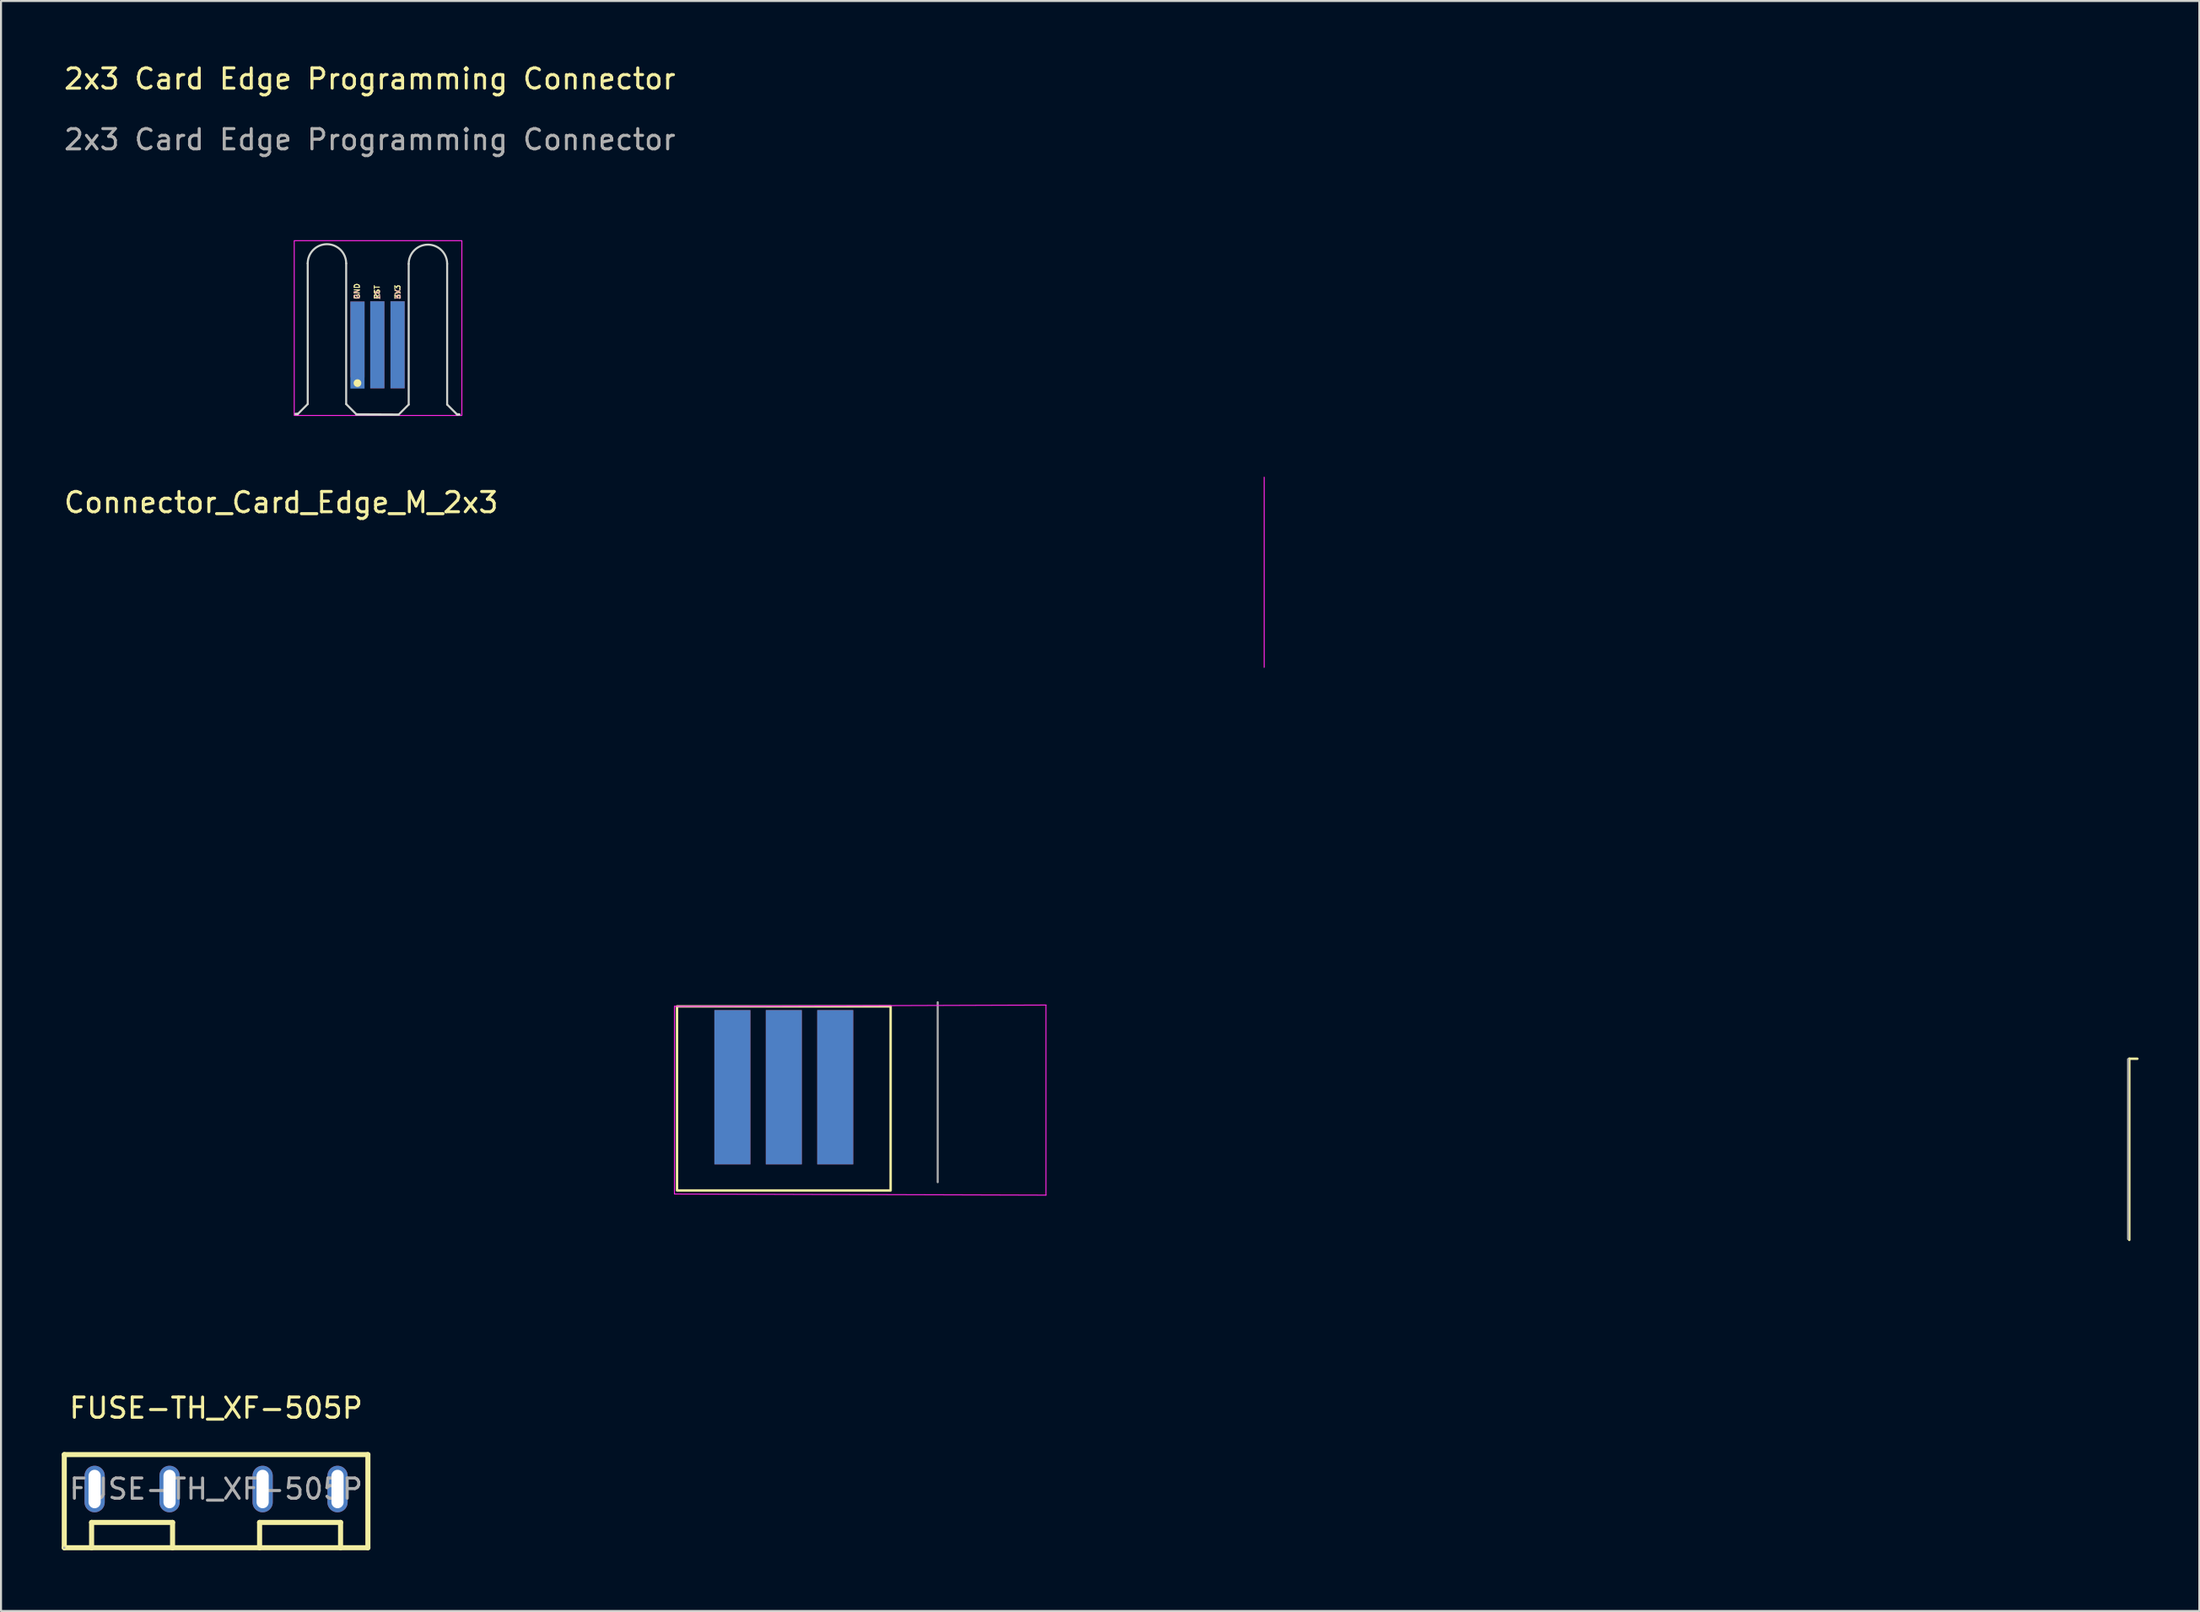
<source format=kicad_pcb>
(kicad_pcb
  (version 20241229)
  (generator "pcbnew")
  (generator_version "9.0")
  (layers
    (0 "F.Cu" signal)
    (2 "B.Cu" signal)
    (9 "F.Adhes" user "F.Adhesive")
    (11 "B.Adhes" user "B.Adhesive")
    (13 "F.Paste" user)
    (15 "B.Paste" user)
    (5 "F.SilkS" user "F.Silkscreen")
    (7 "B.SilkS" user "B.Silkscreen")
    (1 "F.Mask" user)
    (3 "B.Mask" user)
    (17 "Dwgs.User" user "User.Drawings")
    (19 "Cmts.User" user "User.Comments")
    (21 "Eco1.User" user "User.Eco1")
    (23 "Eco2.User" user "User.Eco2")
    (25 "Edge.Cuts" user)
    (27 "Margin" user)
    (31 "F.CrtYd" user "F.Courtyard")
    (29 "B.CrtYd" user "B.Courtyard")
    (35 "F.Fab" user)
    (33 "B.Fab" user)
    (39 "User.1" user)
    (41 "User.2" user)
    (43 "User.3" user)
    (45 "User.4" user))
  (footprint "FUSE-TH_XF-505P"
    (layer "F.Cu")
    (at 7.625 70.514)
    (property "Reference" "FUSE-TH_XF-505P" (at 0 -4 0) (layer "F.SilkS") (effects (font (size 1 1) (thickness 0.15))))
    (attr through_hole)
    (fp_line (start -7.5 -1.7) (end -7.5 2.9) (stroke (width 0.25) (type solid)) (layer "F.SilkS"))
    (fp_line (start -7.5 -1.7) (end 7.5 -1.7) (stroke (width 0.25) (type solid)) (layer "F.SilkS"))
    (fp_line (start -7.5 2.9) (end 7.5 2.9) (stroke (width 0.25) (type solid)) (layer "F.SilkS"))
    (fp_line (start -6.15 1.65) (end -2.15 1.65) (stroke (width 0.25) (type solid)) (layer "F.SilkS"))
    (fp_line (start -6.15 2.9) (end -6.15 1.65) (stroke (width 0.25) (type solid)) (layer "F.SilkS"))
    (fp_line (start -2.15 2.9) (end -2.15 1.65) (stroke (width 0.25) (type solid)) (layer "F.SilkS"))
    (fp_line (start 2.15 1.65) (end 6.15 1.65) (stroke (width 0.25) (type solid)) (layer "F.SilkS"))
    (fp_line (start 2.15 2.9) (end 2.15 1.65) (stroke (width 0.25) (type solid)) (layer "F.SilkS"))
    (fp_line (start 6.15 2.9) (end 6.15 1.65) (stroke (width 0.25) (type solid)) (layer "F.SilkS"))
    (fp_line (start 7.5 -1.7) (end 7.5 2.9) (stroke (width 0.25) (type solid)) (layer "F.SilkS"))
    (fp_circle (center -7.5 2.9) (end -7.47 2.9) (stroke (width 0.06) (type solid)) (fill no) (layer "F.Fab"))
    (fp_text user "${REFERENCE}" (at 0 0 0) (layer "F.Fab") (effects (font (size 1 1) (thickness 0.15))))
    (pad "1" thru_hole oval (at -6 0 90) (size 2.3 1) (drill oval 1.9 0.6) (layers "*.Cu" "*.Mask"))
    (pad "1" thru_hole oval (at -2.3 0 90) (size 2.3 1) (drill oval 1.9 0.6) (layers "*.Cu" "*.Mask"))
    (pad "2" thru_hole oval (at 2.3 0 90) (size 2.3 1) (drill oval 1.9 0.6) (layers "*.Cu" "*.Mask"))
    (pad "2" thru_hole oval (at 6 0 90) (size 2.3 1) (drill oval 1.9 0.6) (layers "*.Cu" "*.Mask")))
  (footprint "2x3 Card Edge Programming Connector"
    (layer "F.Cu")
    (at 15.22 1.348)
    (property "Reference" "2x3 Card Edge Programming Connector" (at 0 -0.5 0) (unlocked yes) (layer "F.SilkS") (effects (font (size 1 1) (thickness 0.15))))
    (attr smd)
    (fp_circle (center -0.61 14.529) (end -0.48 14.529) (stroke (width 0.12) (type solid)) (fill yes) (layer "F.SilkS"))
    (fp_line (start -3.667 16.055) (end -3.565 16.055) (stroke (width 0.12) (type default)) (layer "Edge.Cuts"))
    (fp_line (start -3.068 8.615) (end -3.068 15.565) (stroke (width 0.1) (type solid)) (layer "Edge.Cuts"))
    (fp_line (start -3.068 15.565) (end -3.568 16.065) (stroke (width 0.1) (type solid)) (layer "Edge.Cuts"))
    (fp_line (start -1.168 8.615) (end -1.168 15.565) (stroke (width 0.1) (type solid)) (layer "Edge.Cuts"))
    (fp_line (start -1.168 15.565) (end -0.668 16.065) (stroke (width 0.1) (type solid)) (layer "Edge.Cuts"))
    (fp_line (start 1.421 16.088) (end -0.66 16.078) (stroke (width 0.12) (type default)) (layer "Edge.Cuts"))
    (fp_line (start 1.921 8.638) (end 1.921 15.588) (stroke (width 0.1) (type solid)) (layer "Edge.Cuts"))
    (fp_line (start 1.921 15.588) (end 1.421 16.088) (stroke (width 0.1) (type solid)) (layer "Edge.Cuts"))
    (fp_line (start 3.821 8.638) (end 3.821 15.588) (stroke (width 0.1) (type solid)) (layer "Edge.Cuts"))
    (fp_line (start 3.821 15.588) (end 4.321 16.088) (stroke (width 0.1) (type solid)) (layer "Edge.Cuts"))
    (fp_line (start 4.42 16.078) (end 4.318 16.078) (stroke (width 0.12) (type default)) (layer "Edge.Cuts"))
    (fp_arc (start -3.0684 8.6154) (mid -2.1184 7.6654) (end -1.1684 8.6154) (stroke (width 0.1) (type solid)) (layer "Edge.Cuts"))
    (fp_arc (start 1.921 8.6382) (mid 2.871 7.6882) (end 3.821 8.6382) (stroke (width 0.1) (type solid)) (layer "Edge.Cuts"))
    (fp_rect (start -3.734 7.493) (end 4.547 16.129) (stroke (width 0.05) (type default)) (fill no) (layer "F.CrtYd"))
    (fp_text user "RST" (at 0.508 10.414 90) (unlocked yes) (layer "F.SilkS") (effects (font (size 0.254 0.254) (thickness 0.051) (bold yes)) (justify left bottom)))
    (fp_text user "3V3" (at 1.524 10.414 90) (unlocked yes) (layer "F.SilkS") (effects (font (size 0.254 0.254) (thickness 0.051) (bold yes)) (justify left bottom)))
    (fp_text user "GND" (at -0.483 10.414 90) (unlocked yes) (layer "F.SilkS") (effects (font (size 0.254 0.254) (thickness 0.051) (bold yes)) (justify left bottom)))
    (fp_text user "5V" (at -0.813 10.414 270) (unlocked yes) (layer "B.SilkS") (effects (font (size 0.254 0.254) (thickness 0.051) (bold yes)) (justify left bottom mirror)))
    (fp_text user "TX" (at 0.203 10.414 270) (unlocked yes) (layer "B.SilkS") (effects (font (size 0.254 0.254) (thickness 0.051) (bold yes)) (justify left bottom mirror)))
    (fp_text user "RX" (at 1.219 10.414 270) (unlocked yes) (layer "B.SilkS") (effects (font (size 0.254 0.254) (thickness 0.051) (bold yes)) (justify left bottom mirror)))
    (fp_text user "${REFERENCE}" (at 0 2.5 0) (unlocked yes) (layer "F.Fab") (effects (font (size 1 1) (thickness 0.15))))
    (pad "1" connect rect (at -0.61 12.374) (size 0.7 3.75) (layers "F.Cu" "F.Mask"))
    (pad "2" connect rect (at -0.61 12.649) (size 0.7 4.3) (layers "B.Cu" "B.Mask"))
    (pad "3" connect rect (at 0.371 12.638) (size 0.7 4.3) (layers "F.Cu" "F.Mask"))
    (pad "4" connect rect (at 0.371 12.638) (size 0.7 4.3) (layers "B.Cu" "B.Mask"))
    (pad "5" connect rect (at 1.371 12.638) (size 0.7 4.3) (layers "F.Cu" "F.Mask"))
    (pad "6" connect rect (at 1.371 12.638) (size 0.7 4.3) (layers "B.Cu" "B.Mask")))
  (footprint "Connector_Card_Edge_M_2x3"
    (layer "F.Cu")
    (at 26.333 62.416)
    (property "Reference" "Connector_Card_Edge_M_2x3" (at -15.494 -40.64 0) (unlocked yes) (layer "F.SilkS") (effects (font (size 1 1) (thickness 0.15))))
    (attr smd)
    (fp_line (start 75.81 -13.16) (end 76.21 -13.16) (stroke (width 0.12) (type solid)) (layer "F.SilkS"))
    (fp_line (start 75.81 -4.21) (end 75.81 -13.16) (stroke (width 0.12) (type solid)) (layer "F.SilkS"))
    (fp_rect (start 14.617 -6.652) (end 4.064 -15.748) (stroke (width 0.12) (type solid)) (fill no) (layer "F.SilkS"))
    (fp_line (start 3.937 -15.748) (end 3.937 -6.477) (stroke (width 0.05) (type solid)) (layer "F.CrtYd"))
    (fp_line (start 3.937 -6.477) (end 22.29 -6.422) (stroke (width 0.05) (type solid)) (layer "F.CrtYd"))
    (fp_line (start 22.29 -15.812) (end 3.937 -15.748) (stroke (width 0.05) (type solid)) (layer "F.CrtYd"))
    (fp_line (start 22.29 -6.422) (end 22.29 -15.812) (stroke (width 0.05) (type solid)) (layer "F.CrtYd"))
    (fp_line (start 33.072 -32.499) (end 33.072 -41.889) (stroke (width 0.05) (type solid)) (layer "F.CrtYd"))
    (fp_line (start 16.942 -15.951) (end 16.942 -7.061) (stroke (width 0.1) (type solid)) (layer "F.Fab"))
    (fp_line (start 75.75 -13.14) (end 75.75 -4.25) (stroke (width 0.1) (type solid)) (layer "F.Fab"))
    (pad "75" connect rect (at 6.8 -11.752 180) (size 1.78 7.62) (layers "B.Cu" "B.Mask"))
    (pad "76" connect rect (at 9.34 -11.752 180) (size 1.78 7.62) (layers "B.Cu" "B.Mask"))
    (pad "77" connect rect (at 11.88 -11.752 180) (size 1.78 7.62) (layers "B.Cu" "B.Mask"))
    (pad "93" connect rect (at 6.8 -11.752 180) (size 1.78 7.62) (layers "F.Cu" "F.Mask"))
    (pad "94" connect rect (at 9.34 -11.752 180) (size 1.78 7.62) (layers "F.Cu" "F.Mask"))
    (pad "95" connect rect (at 11.88 -11.752 180) (size 1.78 7.62) (layers "F.Cu" "F.Mask")))
  (gr_rect
    (start -3 -3)
    (end 105.603 76.54)
    (stroke (width 0.1) (type default))
    (fill no)
    (layer "Edge.Cuts")))
</source>
